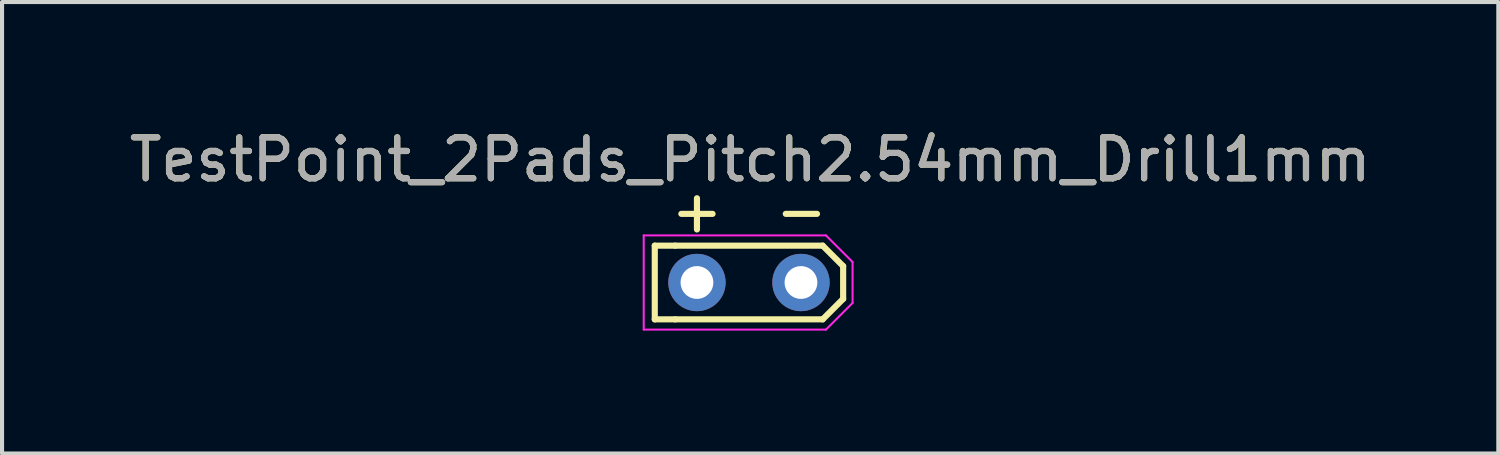
<source format=kicad_pcb>
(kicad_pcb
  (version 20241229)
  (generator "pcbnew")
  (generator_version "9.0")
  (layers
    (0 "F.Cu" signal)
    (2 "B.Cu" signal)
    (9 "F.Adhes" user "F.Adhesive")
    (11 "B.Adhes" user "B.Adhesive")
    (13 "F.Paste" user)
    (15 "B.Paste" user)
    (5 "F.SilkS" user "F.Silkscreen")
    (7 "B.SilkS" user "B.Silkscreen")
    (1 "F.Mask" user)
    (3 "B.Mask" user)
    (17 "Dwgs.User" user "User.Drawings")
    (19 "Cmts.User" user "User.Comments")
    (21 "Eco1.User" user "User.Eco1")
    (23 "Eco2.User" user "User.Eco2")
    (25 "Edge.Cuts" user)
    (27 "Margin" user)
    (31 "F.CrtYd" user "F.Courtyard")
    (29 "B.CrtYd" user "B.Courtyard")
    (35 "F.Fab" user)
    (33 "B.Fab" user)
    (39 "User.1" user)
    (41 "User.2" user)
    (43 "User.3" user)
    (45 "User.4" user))
  (footprint "TestPoint_2Pads_Pitch2.54mm_Drill1mm"
    (layer "F.Cu")
    (at 13.968 3.848)
    (property "Reference" "TestPoint_2Pads_Pitch2.54mm_Drill1mm" (at 1.3 -3 0) (layer "F.SilkS") (effects (font (size 1 1) (thickness 0.15))))
    (attr exclude_from_pos_files exclude_from_bom)
    (fp_line (start -1.03 -0.9) (end -0.53 -0.9) (stroke (width 0.15) (type solid)) (layer "F.SilkS"))
    (fp_line (start -1.03 0.9) (end -1.03 -0.9) (stroke (width 0.15) (type solid)) (layer "F.SilkS"))
    (fp_line (start -0.53 -0.9) (end 3.07 -0.9) (stroke (width 0.15) (type solid)) (layer "F.SilkS"))
    (fp_line (start -0.53 0.9) (end -1.03 0.9) (stroke (width 0.15) (type solid)) (layer "F.SilkS"))
    (fp_line (start 3.07 -0.9) (end 3.57 -0.4) (stroke (width 0.15) (type solid)) (layer "F.SilkS"))
    (fp_line (start 3.07 0.9) (end -0.53 0.9) (stroke (width 0.15) (type solid)) (layer "F.SilkS"))
    (fp_line (start 3.57 -0.4) (end 3.57 0.4) (stroke (width 0.15) (type solid)) (layer "F.SilkS"))
    (fp_line (start 3.57 0.4) (end 3.07 0.9) (stroke (width 0.15) (type solid)) (layer "F.SilkS"))
    (fp_line (start -1.3 -1.15) (end -1.3 1.15) (stroke (width 0.05) (type solid)) (layer "F.CrtYd"))
    (fp_line (start -1.3 1.15) (end 3.15 1.15) (stroke (width 0.05) (type solid)) (layer "F.CrtYd"))
    (fp_line (start 3.15 -1.15) (end -1.3 -1.15) (stroke (width 0.05) (type solid)) (layer "F.CrtYd"))
    (fp_line (start 3.15 1.15) (end 3.8 0.5) (stroke (width 0.05) (type solid)) (layer "F.CrtYd"))
    (fp_line (start 3.8 -0.5) (end 3.15 -1.15) (stroke (width 0.05) (type solid)) (layer "F.CrtYd"))
    (fp_line (start 3.8 0.5) (end 3.8 -0.5) (stroke (width 0.05) (type solid)) (layer "F.CrtYd"))
    (fp_text user "+" (at 0 -1.75 0) (unlocked yes) (layer "F.SilkS") (effects (font (size 1 1) (thickness 0.15))))
    (fp_text user "-" (at 2.55 -1.75 0) (unlocked yes) (layer "F.SilkS") (effects (font (size 1 1) (thickness 0.15))))
    (fp_text user "${REFERENCE}" (at 1.3 -3 0) (layer "F.Fab") (effects (font (size 1 1) (thickness 0.15))))
    (pad "1" thru_hole circle (at 0 0) (size 1.4 1.4) (drill 0.8) (layers "*.Cu" "*.Mask"))
    (pad "2" thru_hole circle (at 2.54 0) (size 1.4 1.4) (drill 0.8) (layers "*.Cu" "*.Mask")))
  (gr_rect
    (start -3 -3)
    (end 33.536 8.023)
    (stroke (width 0.1) (type default))
    (fill no)
    (layer "Edge.Cuts")))
</source>
